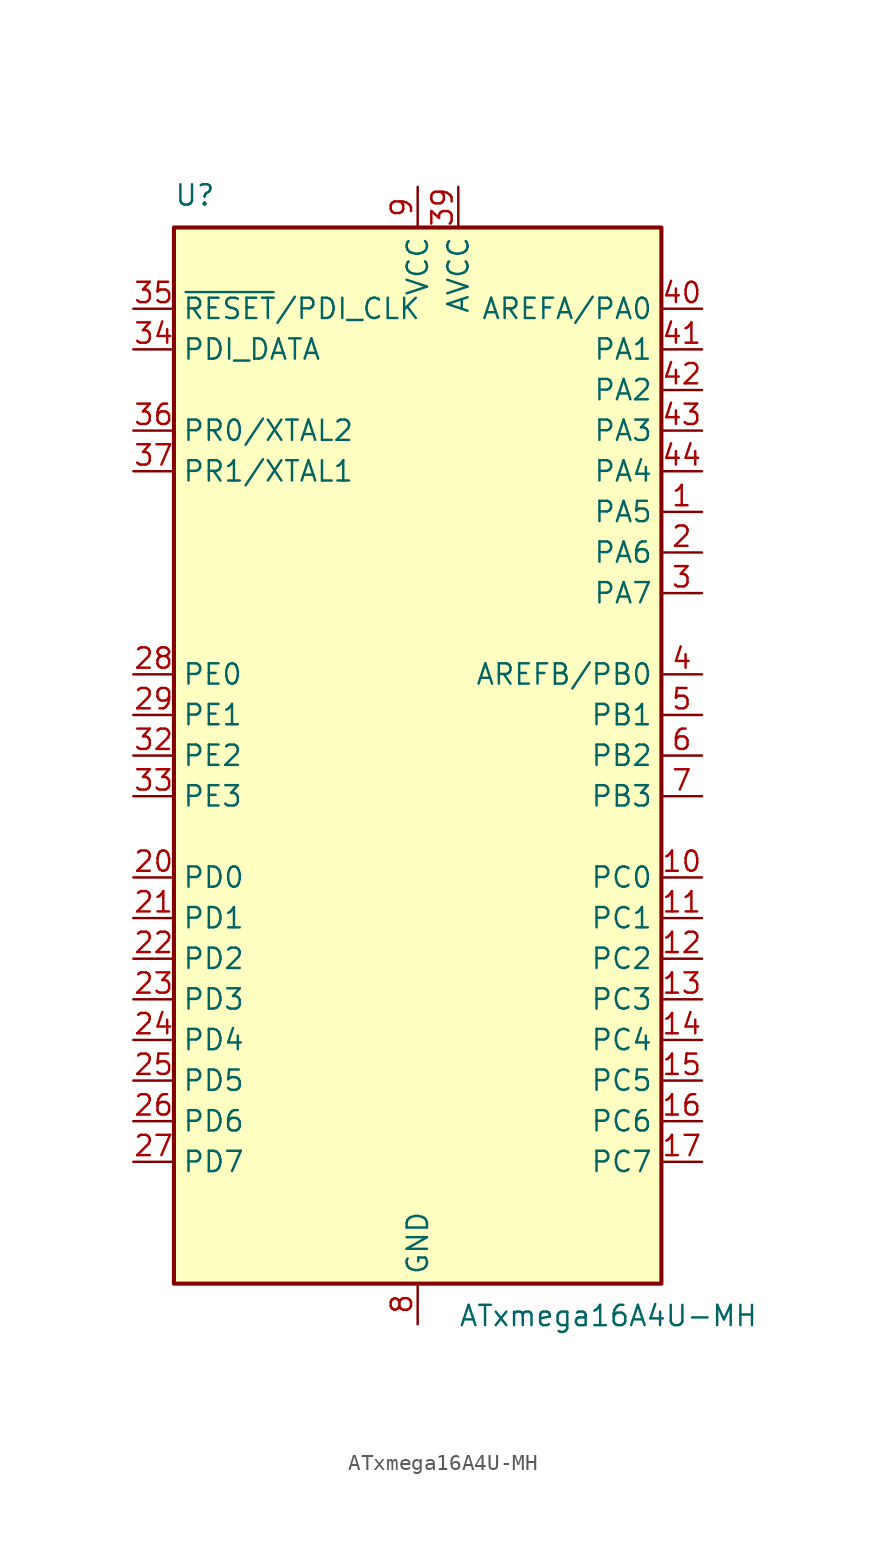
<source format=kicad_sym>
(kicad_symbol_lib
  (version 20201005)
  (generator kicad_symbol_editor)
  (symbol "ATxmega16A4U-MH"
    (property "Reference" "U"
      (at -15.24 34.29 0)
      (effects (font (size 1.27 1.27)) (justify left bottom)))
    (property "Value" "ATxmega16A4U-MH"
      (at 2.54 -34.29 0)
      (effects (font (size 1.27 1.27)) (justify left top)))
    (symbol "ATxmega16A4U-MH_0_1"
      (rectangle (start -15.24 -33.02) (end 15.24 33.02) (stroke (width 0.254)) (fill (type background))))
    (symbol "ATxmega16A4U-MH_1_1"
      (pin tri_state line (at 17.78 15.24 180) (length 2.54) (name "PA5" (effects (font (size 1.27 1.27)))) (number "1" (effects (font (size 1.27 1.27)))))
      (pin tri_state line (at 17.78 -7.62 180) (length 2.54) (name "PC0" (effects (font (size 1.27 1.27)))) (number "10" (effects (font (size 1.27 1.27)))))
      (pin tri_state line (at 17.78 -10.16 180) (length 2.54) (name "PC1" (effects (font (size 1.27 1.27)))) (number "11" (effects (font (size 1.27 1.27)))))
      (pin tri_state line (at 17.78 -12.7 180) (length 2.54) (name "PC2" (effects (font (size 1.27 1.27)))) (number "12" (effects (font (size 1.27 1.27)))))
      (pin tri_state line (at 17.78 -15.24 180) (length 2.54) (name "PC3" (effects (font (size 1.27 1.27)))) (number "13" (effects (font (size 1.27 1.27)))))
      (pin tri_state line (at 17.78 -17.78 180) (length 2.54) (name "PC4" (effects (font (size 1.27 1.27)))) (number "14" (effects (font (size 1.27 1.27)))))
      (pin tri_state line (at 17.78 -20.32 180) (length 2.54) (name "PC5" (effects (font (size 1.27 1.27)))) (number "15" (effects (font (size 1.27 1.27)))))
      (pin tri_state line (at 17.78 -22.86 180) (length 2.54) (name "PC6" (effects (font (size 1.27 1.27)))) (number "16" (effects (font (size 1.27 1.27)))))
      (pin tri_state line (at 17.78 -25.4 180) (length 2.54) (name "PC7" (effects (font (size 1.27 1.27)))) (number "17" (effects (font (size 1.27 1.27)))))
      (pin passive line (at 0 -35.56 90) (length 2.54) hide (name "GND" (effects (font (size 1.27 1.27)))) (number "18" (effects (font (size 1.27 1.27)))))
      (pin passive line (at 0 35.56 270) (length 2.54) hide (name "VCC" (effects (font (size 1.27 1.27)))) (number "19" (effects (font (size 1.27 1.27)))))
      (pin tri_state line (at 17.78 12.7 180) (length 2.54) (name "PA6" (effects (font (size 1.27 1.27)))) (number "2" (effects (font (size 1.27 1.27)))))
      (pin tri_state line (at -17.78 -7.62 0) (length 2.54) (name "PD0" (effects (font (size 1.27 1.27)))) (number "20" (effects (font (size 1.27 1.27)))))
      (pin tri_state line (at -17.78 -10.16 0) (length 2.54) (name "PD1" (effects (font (size 1.27 1.27)))) (number "21" (effects (font (size 1.27 1.27)))))
      (pin tri_state line (at -17.78 -12.7 0) (length 2.54) (name "PD2" (effects (font (size 1.27 1.27)))) (number "22" (effects (font (size 1.27 1.27)))))
      (pin tri_state line (at -17.78 -15.24 0) (length 2.54) (name "PD3" (effects (font (size 1.27 1.27)))) (number "23" (effects (font (size 1.27 1.27)))))
      (pin tri_state line (at -17.78 -17.78 0) (length 2.54) (name "PD4" (effects (font (size 1.27 1.27)))) (number "24" (effects (font (size 1.27 1.27)))))
      (pin tri_state line (at -17.78 -20.32 0) (length 2.54) (name "PD5" (effects (font (size 1.27 1.27)))) (number "25" (effects (font (size 1.27 1.27)))))
      (pin tri_state line (at -17.78 -22.86 0) (length 2.54) (name "PD6" (effects (font (size 1.27 1.27)))) (number "26" (effects (font (size 1.27 1.27)))))
      (pin tri_state line (at -17.78 -25.4 0) (length 2.54) (name "PD7" (effects (font (size 1.27 1.27)))) (number "27" (effects (font (size 1.27 1.27)))))
      (pin tri_state line (at -17.78 5.08 0) (length 2.54) (name "PE0" (effects (font (size 1.27 1.27)))) (number "28" (effects (font (size 1.27 1.27)))))
      (pin tri_state line (at -17.78 2.54 0) (length 2.54) (name "PE1" (effects (font (size 1.27 1.27)))) (number "29" (effects (font (size 1.27 1.27)))))
      (pin tri_state line (at 17.78 10.16 180) (length 2.54) (name "PA7" (effects (font (size 1.27 1.27)))) (number "3" (effects (font (size 1.27 1.27)))))
      (pin passive line (at 0 -35.56 90) (length 2.54) hide (name "GND" (effects (font (size 1.27 1.27)))) (number "30" (effects (font (size 1.27 1.27)))))
      (pin passive line (at 0 35.56 270) (length 2.54) hide (name "VCC" (effects (font (size 1.27 1.27)))) (number "31" (effects (font (size 1.27 1.27)))))
      (pin tri_state line (at -17.78 0 0) (length 2.54) (name "PE2" (effects (font (size 1.27 1.27)))) (number "32" (effects (font (size 1.27 1.27)))))
      (pin tri_state line (at -17.78 -2.54 0) (length 2.54) (name "PE3" (effects (font (size 1.27 1.27)))) (number "33" (effects (font (size 1.27 1.27)))))
      (pin bidirectional line (at -17.78 25.4 0) (length 2.54) (name "PDI_DATA" (effects (font (size 1.27 1.27)))) (number "34" (effects (font (size 1.27 1.27)))))
      (pin input line (at -17.78 27.94 0) (length 2.54) (name "~RESET~/PDI_CLK" (effects (font (size 1.27 1.27)))) (number "35" (effects (font (size 1.27 1.27)))))
      (pin tri_state line (at -17.78 20.32 0) (length 2.54) (name "PR0/XTAL2" (effects (font (size 1.27 1.27)))) (number "36" (effects (font (size 1.27 1.27)))))
      (pin tri_state line (at -17.78 17.78 0) (length 2.54) (name "PR1/XTAL1" (effects (font (size 1.27 1.27)))) (number "37" (effects (font (size 1.27 1.27)))))
      (pin passive line (at 0 -35.56 90) (length 2.54) hide (name "GND" (effects (font (size 1.27 1.27)))) (number "38" (effects (font (size 1.27 1.27)))))
      (pin power_in line (at 2.54 35.56 270) (length 2.54) (name "AVCC" (effects (font (size 1.27 1.27)))) (number "39" (effects (font (size 1.27 1.27)))))
      (pin tri_state line (at 17.78 5.08 180) (length 2.54) (name "AREFB/PB0" (effects (font (size 1.27 1.27)))) (number "4" (effects (font (size 1.27 1.27)))))
      (pin tri_state line (at 17.78 27.94 180) (length 2.54) (name "AREFA/PA0" (effects (font (size 1.27 1.27)))) (number "40" (effects (font (size 1.27 1.27)))))
      (pin tri_state line (at 17.78 25.4 180) (length 2.54) (name "PA1" (effects (font (size 1.27 1.27)))) (number "41" (effects (font (size 1.27 1.27)))))
      (pin tri_state line (at 17.78 22.86 180) (length 2.54) (name "PA2" (effects (font (size 1.27 1.27)))) (number "42" (effects (font (size 1.27 1.27)))))
      (pin tri_state line (at 17.78 20.32 180) (length 2.54) (name "PA3" (effects (font (size 1.27 1.27)))) (number "43" (effects (font (size 1.27 1.27)))))
      (pin tri_state line (at 17.78 17.78 180) (length 2.54) (name "PA4" (effects (font (size 1.27 1.27)))) (number "44" (effects (font (size 1.27 1.27)))))
      (pin passive line (at 0 -35.56 90) (length 2.54) hide (name "GND" (effects (font (size 1.27 1.27)))) (number "45" (effects (font (size 1.27 1.27)))))
      (pin tri_state line (at 17.78 2.54 180) (length 2.54) (name "PB1" (effects (font (size 1.27 1.27)))) (number "5" (effects (font (size 1.27 1.27)))))
      (pin tri_state line (at 17.78 0 180) (length 2.54) (name "PB2" (effects (font (size 1.27 1.27)))) (number "6" (effects (font (size 1.27 1.27)))))
      (pin tri_state line (at 17.78 -2.54 180) (length 2.54) (name "PB3" (effects (font (size 1.27 1.27)))) (number "7" (effects (font (size 1.27 1.27)))))
      (pin power_in line (at 0 -35.56 90) (length 2.54) (name "GND" (effects (font (size 1.27 1.27)))) (number "8" (effects (font (size 1.27 1.27)))))
      (pin power_in line (at 0 35.56 270) (length 2.54) (name "VCC" (effects (font (size 1.27 1.27)))) (number "9" (effects (font (size 1.27 1.27))))))))
</source>
